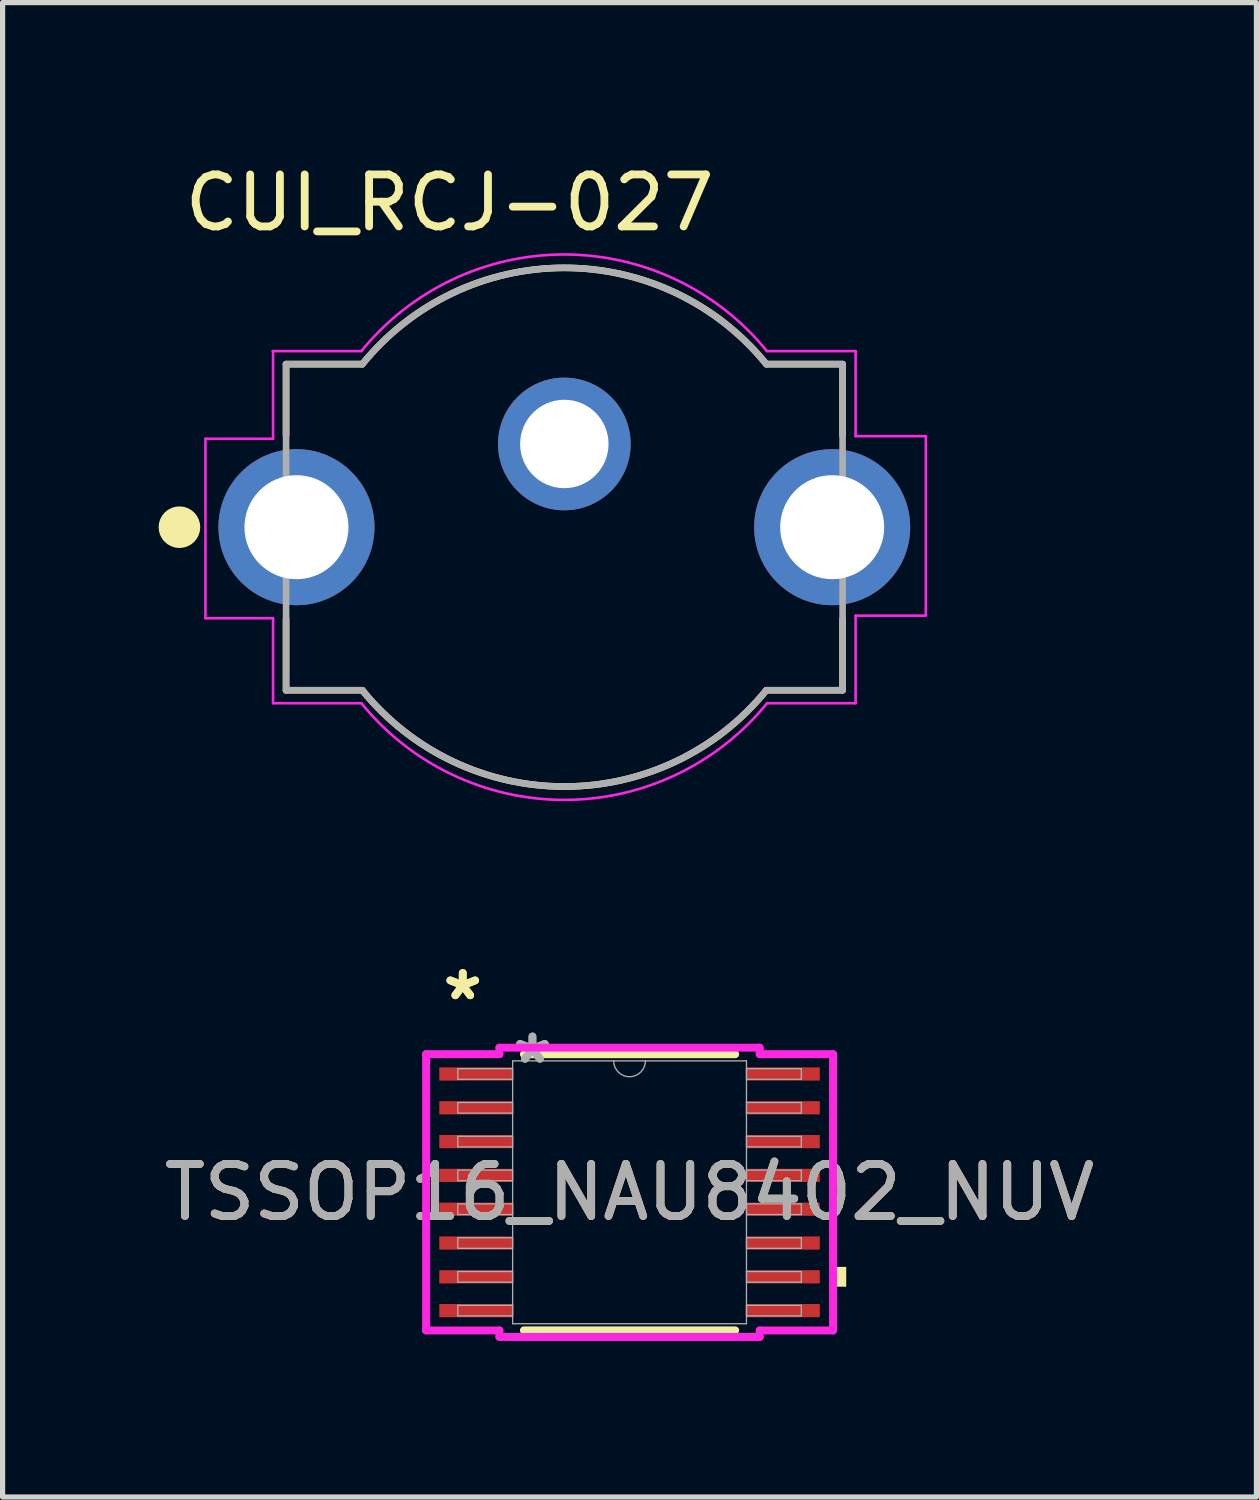
<source format=kicad_pcb>
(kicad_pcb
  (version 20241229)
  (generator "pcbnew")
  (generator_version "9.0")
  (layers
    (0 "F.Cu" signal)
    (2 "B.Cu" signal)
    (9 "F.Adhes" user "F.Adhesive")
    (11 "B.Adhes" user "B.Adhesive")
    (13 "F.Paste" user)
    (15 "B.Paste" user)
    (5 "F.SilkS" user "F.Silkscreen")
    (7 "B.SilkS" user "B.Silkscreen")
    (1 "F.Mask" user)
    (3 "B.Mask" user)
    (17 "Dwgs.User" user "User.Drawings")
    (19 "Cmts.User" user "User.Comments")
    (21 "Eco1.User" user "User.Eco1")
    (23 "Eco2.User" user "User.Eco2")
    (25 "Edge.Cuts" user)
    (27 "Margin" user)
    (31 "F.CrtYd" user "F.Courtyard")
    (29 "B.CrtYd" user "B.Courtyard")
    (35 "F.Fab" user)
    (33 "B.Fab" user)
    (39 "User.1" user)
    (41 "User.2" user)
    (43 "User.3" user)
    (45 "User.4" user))
  (footprint "CUI_RCJ-027"
    (layer "F.Cu")
    (at 7.8 7.086)
    (property "Reference" "CUI_RCJ-027" (at -2.206 -6.237 0) (layer "F.SilkS") (effects (font (size 1 1) (thickness 0.15))))
    (attr through_hole)
    (fp_line (start -5.35 -3.135) (end -5.35 -1.765) (stroke (width 0.127) (type solid)) (layer "F.SilkS"))
    (fp_line (start -5.35 1.765) (end -5.35 3.135) (stroke (width 0.127) (type solid)) (layer "F.SilkS"))
    (fp_line (start -3.884 -3.135) (end -5.35 -3.135) (stroke (width 0.127) (type solid)) (layer "F.SilkS"))
    (fp_line (start -3.884 3.135) (end -5.35 3.135) (stroke (width 0.127) (type solid)) (layer "F.SilkS"))
    (fp_line (start 5.35 -3.135) (end 3.884 -3.135) (stroke (width 0.127) (type solid)) (layer "F.SilkS"))
    (fp_line (start 5.35 -3.135) (end 5.35 -1.765) (stroke (width 0.127) (type solid)) (layer "F.SilkS"))
    (fp_line (start 5.35 1.765) (end 5.35 3.135) (stroke (width 0.127) (type solid)) (layer "F.SilkS"))
    (fp_line (start 5.35 3.135) (end 3.884 3.135) (stroke (width 0.127) (type solid)) (layer "F.SilkS"))
    (fp_arc (start -3.884 -3.135) (mid 0 -4.986221) (end 3.884 -3.135) (stroke (width 0.127) (type solid)) (layer "F.SilkS"))
    (fp_arc (start 3.884 3.135) (mid 0 4.986221) (end -3.884 3.135) (stroke (width 0.127) (type solid)) (layer "F.SilkS"))
    (fp_circle (center -7.4 0) (end -7.2 0) (stroke (width 0.4) (type solid)) (fill no) (layer "F.SilkS"))
    (fp_line (start -6.9 -1.7) (end -6.9 1.75) (stroke (width 0.05) (type solid)) (layer "F.CrtYd"))
    (fp_line (start -6.9 1.75) (end -5.6 1.75) (stroke (width 0.05) (type solid)) (layer "F.CrtYd"))
    (fp_line (start -5.6 -3.385) (end -5.605 -3.385) (stroke (width 0.05) (type solid)) (layer "F.CrtYd"))
    (fp_line (start -5.6 -3.385) (end -5.6 -1.7) (stroke (width 0.05) (type solid)) (layer "F.CrtYd"))
    (fp_line (start -5.6 -1.7) (end -6.9 -1.7) (stroke (width 0.05) (type solid)) (layer "F.CrtYd"))
    (fp_line (start -5.6 1.75) (end -5.6 3.385) (stroke (width 0.05) (type solid)) (layer "F.CrtYd"))
    (fp_line (start -3.903 -3.385) (end -5.6 -3.385) (stroke (width 0.05) (type solid)) (layer "F.CrtYd"))
    (fp_line (start -3.901 3.385) (end -5.6 3.385) (stroke (width 0.05) (type solid)) (layer "F.CrtYd"))
    (fp_line (start 5.6 -3.385) (end 3.895 -3.385) (stroke (width 0.05) (type solid)) (layer "F.CrtYd"))
    (fp_line (start 5.6 -1.75) (end 5.6 -3.385) (stroke (width 0.05) (type solid)) (layer "F.CrtYd"))
    (fp_line (start 5.6 -1.75) (end 6.95 -1.75) (stroke (width 0.05) (type solid)) (layer "F.CrtYd"))
    (fp_line (start 5.6 3.385) (end 3.904 3.385) (stroke (width 0.05) (type solid)) (layer "F.CrtYd"))
    (fp_line (start 5.6 3.385) (end 5.6 1.7) (stroke (width 0.05) (type solid)) (layer "F.CrtYd"))
    (fp_line (start 6.95 -1.75) (end 6.95 1.7) (stroke (width 0.05) (type solid)) (layer "F.CrtYd"))
    (fp_line (start 6.95 1.7) (end 5.6 1.7) (stroke (width 0.05) (type solid)) (layer "F.CrtYd"))
    (fp_arc (start -3.903 -3.384999) (mid -0.004 -5.24337) (end 3.895 -3.385) (stroke (width 0.05) (type solid)) (layer "F.CrtYd"))
    (fp_arc (start 3.897 3.384999) (mid -0.002 5.24337) (end -3.901 3.385) (stroke (width 0.05) (type solid)) (layer "F.CrtYd"))
    (fp_line (start -5.35 -3.135) (end -5.35 3.135) (stroke (width 0.127) (type solid)) (layer "F.Fab"))
    (fp_line (start -3.884 -3.135) (end -5.35 -3.135) (stroke (width 0.127) (type solid)) (layer "F.Fab"))
    (fp_line (start -3.884 3.135) (end -5.35 3.135) (stroke (width 0.127) (type solid)) (layer "F.Fab"))
    (fp_line (start 5.35 -3.135) (end 3.884 -3.135) (stroke (width 0.127) (type solid)) (layer "F.Fab"))
    (fp_line (start 5.35 3.135) (end 3.884 3.135) (stroke (width 0.127) (type solid)) (layer "F.Fab"))
    (fp_line (start 5.35 3.135) (end 5.35 -3.135) (stroke (width 0.127) (type solid)) (layer "F.Fab"))
    (fp_arc (start -3.884 -3.135) (mid 0 -4.986221) (end 3.884 -3.135) (stroke (width 0.127) (type solid)) (layer "F.Fab"))
    (fp_arc (start 3.884 3.135) (mid 0 4.986221) (end -3.884 3.135) (stroke (width 0.127) (type solid)) (layer "F.Fab"))
    (pad "1A" thru_hole circle (at -5.15 0) (size 3 3) (drill 2) (layers "*.Cu" "*.Mask"))
    (pad "1B" thru_hole circle (at 5.15 0) (size 3 3) (drill 2) (layers "*.Cu" "*.Mask"))
    (pad "2" thru_hole circle (at 0 -1.6) (size 2.55 2.55) (drill 1.7) (layers "*.Cu" "*.Mask")))
  (footprint "TSSOP16_NAU8402_NUV"
    (layer "F.Cu")
    (at 9.054 19.874)
    (property "Reference" "TSSOP16_NAU8402_NUV" (at 0 0 0) (unlocked yes) (layer "F.SilkS") (effects (font (size 1 1) (thickness 0.15))))
    (attr smd)
    (fp_line (start -2.031 2.654) (end 2.031 2.654) (stroke (width 0.152) (type solid)) (layer "F.SilkS"))
    (fp_line (start 2.031 -2.654) (end -2.031 -2.654) (stroke (width 0.152) (type solid)) (layer "F.SilkS"))
    (fp_poly (pts (xy 4.166 1.434) (xy 4.166 1.815) (xy 3.912 1.815) (xy 3.912 1.434)) (stroke (width 0) (type solid)) (fill yes) (layer "F.SilkS"))
    (fp_line (start -3.912 -2.656) (end -2.502 -2.656) (stroke (width 0.152) (type solid)) (layer "F.CrtYd"))
    (fp_line (start -3.912 2.656) (end -3.912 -2.656) (stroke (width 0.152) (type solid)) (layer "F.CrtYd"))
    (fp_line (start -3.912 2.656) (end -2.502 2.656) (stroke (width 0.152) (type solid)) (layer "F.CrtYd"))
    (fp_line (start -2.502 -2.781) (end 2.502 -2.781) (stroke (width 0.152) (type solid)) (layer "F.CrtYd"))
    (fp_line (start -2.502 -2.656) (end -2.502 -2.781) (stroke (width 0.152) (type solid)) (layer "F.CrtYd"))
    (fp_line (start -2.502 2.781) (end -2.502 2.656) (stroke (width 0.152) (type solid)) (layer "F.CrtYd"))
    (fp_line (start 2.502 -2.781) (end 2.502 -2.656) (stroke (width 0.152) (type solid)) (layer "F.CrtYd"))
    (fp_line (start 2.502 2.656) (end 2.502 2.781) (stroke (width 0.152) (type solid)) (layer "F.CrtYd"))
    (fp_line (start 2.502 2.781) (end -2.502 2.781) (stroke (width 0.152) (type solid)) (layer "F.CrtYd"))
    (fp_line (start 3.912 -2.656) (end 2.502 -2.656) (stroke (width 0.152) (type solid)) (layer "F.CrtYd"))
    (fp_line (start 3.912 -2.656) (end 3.912 2.656) (stroke (width 0.152) (type solid)) (layer "F.CrtYd"))
    (fp_line (start 3.912 2.656) (end 2.502 2.656) (stroke (width 0.152) (type solid)) (layer "F.CrtYd"))
    (fp_line (start -3.302 -2.377) (end -3.302 -2.173) (stroke (width 0.025) (type solid)) (layer "F.Fab"))
    (fp_line (start -3.302 -2.173) (end -2.248 -2.173) (stroke (width 0.025) (type solid)) (layer "F.Fab"))
    (fp_line (start -3.302 -1.727) (end -3.302 -1.523) (stroke (width 0.025) (type solid)) (layer "F.Fab"))
    (fp_line (start -3.302 -1.523) (end -2.248 -1.523) (stroke (width 0.025) (type solid)) (layer "F.Fab"))
    (fp_line (start -3.302 -1.077) (end -3.302 -0.873) (stroke (width 0.025) (type solid)) (layer "F.Fab"))
    (fp_line (start -3.302 -0.873) (end -2.248 -0.873) (stroke (width 0.025) (type solid)) (layer "F.Fab"))
    (fp_line (start -3.302 -0.427) (end -3.302 -0.223) (stroke (width 0.025) (type solid)) (layer "F.Fab"))
    (fp_line (start -3.302 -0.223) (end -2.248 -0.223) (stroke (width 0.025) (type solid)) (layer "F.Fab"))
    (fp_line (start -3.302 0.223) (end -3.302 0.427) (stroke (width 0.025) (type solid)) (layer "F.Fab"))
    (fp_line (start -3.302 0.427) (end -2.248 0.427) (stroke (width 0.025) (type solid)) (layer "F.Fab"))
    (fp_line (start -3.302 0.873) (end -3.302 1.077) (stroke (width 0.025) (type solid)) (layer "F.Fab"))
    (fp_line (start -3.302 1.077) (end -2.248 1.077) (stroke (width 0.025) (type solid)) (layer "F.Fab"))
    (fp_line (start -3.302 1.523) (end -3.302 1.727) (stroke (width 0.025) (type solid)) (layer "F.Fab"))
    (fp_line (start -3.302 1.727) (end -2.248 1.727) (stroke (width 0.025) (type solid)) (layer "F.Fab"))
    (fp_line (start -3.302 2.173) (end -3.302 2.377) (stroke (width 0.025) (type solid)) (layer "F.Fab"))
    (fp_line (start -3.302 2.377) (end -2.248 2.377) (stroke (width 0.025) (type solid)) (layer "F.Fab"))
    (fp_line (start -2.248 -2.527) (end -2.248 2.527) (stroke (width 0.025) (type solid)) (layer "F.Fab"))
    (fp_line (start -2.248 -2.377) (end -3.302 -2.377) (stroke (width 0.025) (type solid)) (layer "F.Fab"))
    (fp_line (start -2.248 -2.173) (end -2.248 -2.377) (stroke (width 0.025) (type solid)) (layer "F.Fab"))
    (fp_line (start -2.248 -1.727) (end -3.302 -1.727) (stroke (width 0.025) (type solid)) (layer "F.Fab"))
    (fp_line (start -2.248 -1.523) (end -2.248 -1.727) (stroke (width 0.025) (type solid)) (layer "F.Fab"))
    (fp_line (start -2.248 -1.077) (end -3.302 -1.077) (stroke (width 0.025) (type solid)) (layer "F.Fab"))
    (fp_line (start -2.248 -0.873) (end -2.248 -1.077) (stroke (width 0.025) (type solid)) (layer "F.Fab"))
    (fp_line (start -2.248 -0.427) (end -3.302 -0.427) (stroke (width 0.025) (type solid)) (layer "F.Fab"))
    (fp_line (start -2.248 -0.223) (end -2.248 -0.427) (stroke (width 0.025) (type solid)) (layer "F.Fab"))
    (fp_line (start -2.248 0.223) (end -3.302 0.223) (stroke (width 0.025) (type solid)) (layer "F.Fab"))
    (fp_line (start -2.248 0.427) (end -2.248 0.223) (stroke (width 0.025) (type solid)) (layer "F.Fab"))
    (fp_line (start -2.248 0.873) (end -3.302 0.873) (stroke (width 0.025) (type solid)) (layer "F.Fab"))
    (fp_line (start -2.248 1.077) (end -2.248 0.873) (stroke (width 0.025) (type solid)) (layer "F.Fab"))
    (fp_line (start -2.248 1.523) (end -3.302 1.523) (stroke (width 0.025) (type solid)) (layer "F.Fab"))
    (fp_line (start -2.248 1.727) (end -2.248 1.523) (stroke (width 0.025) (type solid)) (layer "F.Fab"))
    (fp_line (start -2.248 2.173) (end -3.302 2.173) (stroke (width 0.025) (type solid)) (layer "F.Fab"))
    (fp_line (start -2.248 2.377) (end -2.248 2.173) (stroke (width 0.025) (type solid)) (layer "F.Fab"))
    (fp_line (start -2.248 2.527) (end 2.248 2.527) (stroke (width 0.025) (type solid)) (layer "F.Fab"))
    (fp_line (start 2.248 -2.527) (end -2.248 -2.527) (stroke (width 0.025) (type solid)) (layer "F.Fab"))
    (fp_line (start 2.248 -2.377) (end 2.248 -2.173) (stroke (width 0.025) (type solid)) (layer "F.Fab"))
    (fp_line (start 2.248 -2.173) (end 3.302 -2.173) (stroke (width 0.025) (type solid)) (layer "F.Fab"))
    (fp_line (start 2.248 -1.727) (end 2.248 -1.523) (stroke (width 0.025) (type solid)) (layer "F.Fab"))
    (fp_line (start 2.248 -1.523) (end 3.302 -1.523) (stroke (width 0.025) (type solid)) (layer "F.Fab"))
    (fp_line (start 2.248 -1.077) (end 2.248 -0.873) (stroke (width 0.025) (type solid)) (layer "F.Fab"))
    (fp_line (start 2.248 -0.873) (end 3.302 -0.873) (stroke (width 0.025) (type solid)) (layer "F.Fab"))
    (fp_line (start 2.248 -0.427) (end 2.248 -0.223) (stroke (width 0.025) (type solid)) (layer "F.Fab"))
    (fp_line (start 2.248 -0.223) (end 3.302 -0.223) (stroke (width 0.025) (type solid)) (layer "F.Fab"))
    (fp_line (start 2.248 0.223) (end 2.248 0.427) (stroke (width 0.025) (type solid)) (layer "F.Fab"))
    (fp_line (start 2.248 0.427) (end 3.302 0.427) (stroke (width 0.025) (type solid)) (layer "F.Fab"))
    (fp_line (start 2.248 0.873) (end 2.248 1.077) (stroke (width 0.025) (type solid)) (layer "F.Fab"))
    (fp_line (start 2.248 1.077) (end 3.302 1.077) (stroke (width 0.025) (type solid)) (layer "F.Fab"))
    (fp_line (start 2.248 1.523) (end 2.248 1.727) (stroke (width 0.025) (type solid)) (layer "F.Fab"))
    (fp_line (start 2.248 1.727) (end 3.302 1.727) (stroke (width 0.025) (type solid)) (layer "F.Fab"))
    (fp_line (start 2.248 2.173) (end 2.248 2.377) (stroke (width 0.025) (type solid)) (layer "F.Fab"))
    (fp_line (start 2.248 2.377) (end 3.302 2.377) (stroke (width 0.025) (type solid)) (layer "F.Fab"))
    (fp_line (start 2.248 2.527) (end 2.248 -2.527) (stroke (width 0.025) (type solid)) (layer "F.Fab"))
    (fp_line (start 3.302 -2.377) (end 2.248 -2.377) (stroke (width 0.025) (type solid)) (layer "F.Fab"))
    (fp_line (start 3.302 -2.173) (end 3.302 -2.377) (stroke (width 0.025) (type solid)) (layer "F.Fab"))
    (fp_line (start 3.302 -1.727) (end 2.248 -1.727) (stroke (width 0.025) (type solid)) (layer "F.Fab"))
    (fp_line (start 3.302 -1.523) (end 3.302 -1.727) (stroke (width 0.025) (type solid)) (layer "F.Fab"))
    (fp_line (start 3.302 -1.077) (end 2.248 -1.077) (stroke (width 0.025) (type solid)) (layer "F.Fab"))
    (fp_line (start 3.302 -0.873) (end 3.302 -1.077) (stroke (width 0.025) (type solid)) (layer "F.Fab"))
    (fp_line (start 3.302 -0.427) (end 2.248 -0.427) (stroke (width 0.025) (type solid)) (layer "F.Fab"))
    (fp_line (start 3.302 -0.223) (end 3.302 -0.427) (stroke (width 0.025) (type solid)) (layer "F.Fab"))
    (fp_line (start 3.302 0.223) (end 2.248 0.223) (stroke (width 0.025) (type solid)) (layer "F.Fab"))
    (fp_line (start 3.302 0.427) (end 3.302 0.223) (stroke (width 0.025) (type solid)) (layer "F.Fab"))
    (fp_line (start 3.302 0.873) (end 2.248 0.873) (stroke (width 0.025) (type solid)) (layer "F.Fab"))
    (fp_line (start 3.302 1.077) (end 3.302 0.873) (stroke (width 0.025) (type solid)) (layer "F.Fab"))
    (fp_line (start 3.302 1.523) (end 2.248 1.523) (stroke (width 0.025) (type solid)) (layer "F.Fab"))
    (fp_line (start 3.302 1.727) (end 3.302 1.523) (stroke (width 0.025) (type solid)) (layer "F.Fab"))
    (fp_line (start 3.302 2.173) (end 2.248 2.173) (stroke (width 0.025) (type solid)) (layer "F.Fab"))
    (fp_line (start 3.302 2.377) (end 3.302 2.173) (stroke (width 0.025) (type solid)) (layer "F.Fab"))
    (fp_arc (start 0.3048 -2.5273) (mid 0 -2.2225) (end -0.3048 -2.5273) (stroke (width 0.0254) (type solid)) (layer "F.Fab"))
    (fp_text user "*" (at -3.207 -3.672 0) (unlocked yes) (layer "F.SilkS") (effects (font (size 1 1) (thickness 0.15))))
    (fp_text user "*" (at -3.207 -3.672 0) (layer "F.SilkS") (effects (font (size 1 1) (thickness 0.15))))
    (fp_text user "*" (at -1.867 -2.451 0) (layer "F.Fab") (effects (font (size 1 1) (thickness 0.15))))
    (fp_text user "${REFERENCE}" (at 0 0 0) (unlocked yes) (layer "F.Fab") (effects (font (size 1 1) (thickness 0.15))))
    (fp_text user "*" (at -1.867 -2.451 0) (unlocked yes) (layer "F.Fab") (effects (font (size 1 1) (thickness 0.15))))
    (pad "1" smd rect (at -2.953 -2.275) (size 1.41 0.254) (layers "F.Cu" "F.Mask" "F.Paste"))
    (pad "2" smd rect (at -2.953 -1.625) (size 1.41 0.254) (layers "F.Cu" "F.Mask" "F.Paste"))
    (pad "3" smd rect (at -2.953 -0.975) (size 1.41 0.254) (layers "F.Cu" "F.Mask" "F.Paste"))
    (pad "4" smd rect (at -2.953 -0.325) (size 1.41 0.254) (layers "F.Cu" "F.Mask" "F.Paste"))
    (pad "5" smd rect (at -2.953 0.325) (size 1.41 0.254) (layers "F.Cu" "F.Mask" "F.Paste"))
    (pad "6" smd rect (at -2.953 0.975) (size 1.41 0.254) (layers "F.Cu" "F.Mask" "F.Paste"))
    (pad "7" smd rect (at -2.953 1.625) (size 1.41 0.254) (layers "F.Cu" "F.Mask" "F.Paste"))
    (pad "8" smd rect (at -2.953 2.275) (size 1.41 0.254) (layers "F.Cu" "F.Mask" "F.Paste"))
    (pad "9" smd rect (at 2.953 2.275) (size 1.41 0.254) (layers "F.Cu" "F.Mask" "F.Paste"))
    (pad "10" smd rect (at 2.953 1.625) (size 1.41 0.254) (layers "F.Cu" "F.Mask" "F.Paste"))
    (pad "11" smd rect (at 2.953 0.975) (size 1.41 0.254) (layers "F.Cu" "F.Mask" "F.Paste"))
    (pad "12" smd rect (at 2.953 0.325) (size 1.41 0.254) (layers "F.Cu" "F.Mask" "F.Paste"))
    (pad "13" smd rect (at 2.953 -0.325) (size 1.41 0.254) (layers "F.Cu" "F.Mask" "F.Paste"))
    (pad "14" smd rect (at 2.953 -0.975) (size 1.41 0.254) (layers "F.Cu" "F.Mask" "F.Paste"))
    (pad "15" smd rect (at 2.953 -1.625) (size 1.41 0.254) (layers "F.Cu" "F.Mask" "F.Paste"))
    (pad "16" smd rect (at 2.953 -2.275) (size 1.41 0.254) (layers "F.Cu" "F.Mask" "F.Paste")))
  (gr_rect
    (start -3 -3)
    (end 21.107 25.732)
    (stroke (width 0.1) (type default))
    (fill no)
    (layer "Edge.Cuts")))
</source>
